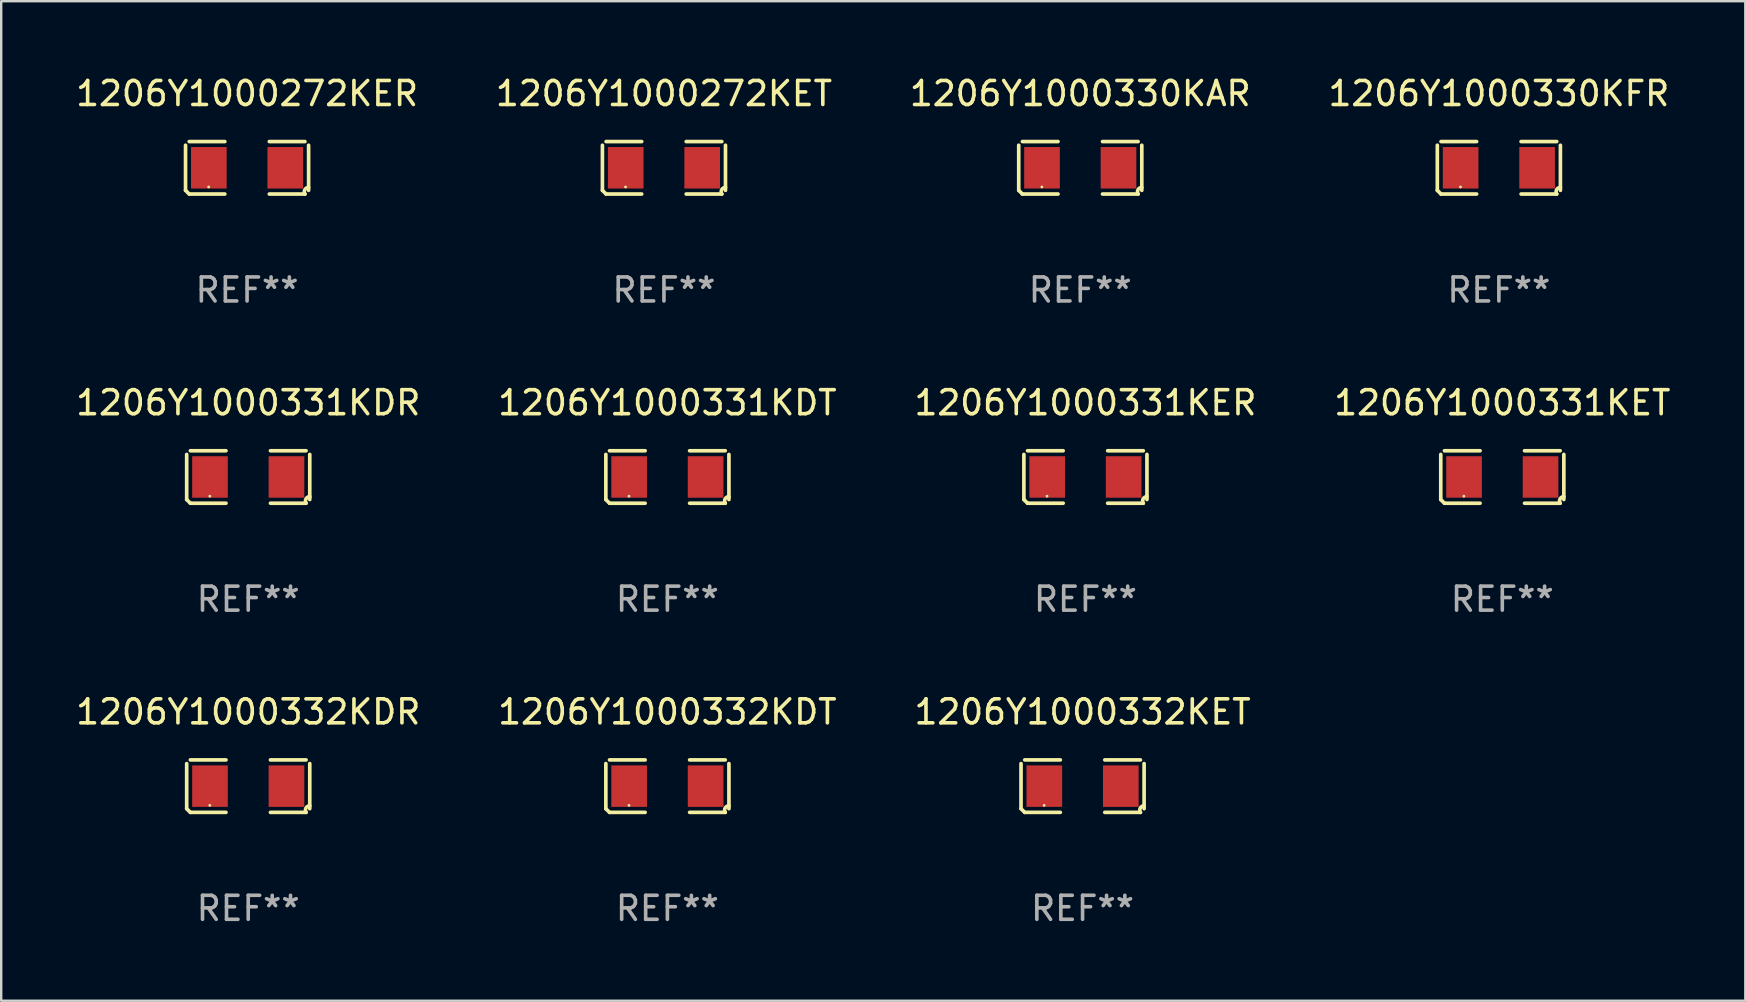
<source format=kicad_pcb>
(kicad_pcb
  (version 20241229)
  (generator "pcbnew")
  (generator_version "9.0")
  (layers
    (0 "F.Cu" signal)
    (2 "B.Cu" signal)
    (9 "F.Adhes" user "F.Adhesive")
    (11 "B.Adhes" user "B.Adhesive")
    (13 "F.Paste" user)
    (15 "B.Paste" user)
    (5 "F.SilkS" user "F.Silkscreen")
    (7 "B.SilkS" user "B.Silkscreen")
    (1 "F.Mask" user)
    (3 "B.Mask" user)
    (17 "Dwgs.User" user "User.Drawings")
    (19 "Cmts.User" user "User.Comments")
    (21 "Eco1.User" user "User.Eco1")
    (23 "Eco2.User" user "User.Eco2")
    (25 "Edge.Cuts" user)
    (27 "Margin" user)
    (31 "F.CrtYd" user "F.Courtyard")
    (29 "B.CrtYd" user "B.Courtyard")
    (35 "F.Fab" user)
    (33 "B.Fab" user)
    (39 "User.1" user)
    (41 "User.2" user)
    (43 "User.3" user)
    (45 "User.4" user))
  (footprint "1206Y1000331KDT"
    (layer "F.Cu")
    (at 24.756 16.823)
    (property "Reference" "1206Y1000331KDT" (at 0 -3.093 0) (layer "F.SilkS") (effects (font (size 1 1) (thickness 0.15))))
    (attr through_hole)
    (fp_line (start -2.564 0.94) (end -2.564 -0.94) (stroke (width 0.152) (type solid)) (layer "F.SilkS"))
    (fp_line (start -2.411 -1.093) (end -0.926 -1.093) (stroke (width 0.152) (type solid)) (layer "F.SilkS"))
    (fp_line (start -0.926 1.093) (end -2.411 1.093) (stroke (width 0.152) (type solid)) (layer "F.SilkS"))
    (fp_line (start 0.926 1.093) (end 2.411 1.093) (stroke (width 0.152) (type solid)) (layer "F.SilkS"))
    (fp_line (start 2.411 -1.093) (end 0.926 -1.093) (stroke (width 0.152) (type solid)) (layer "F.SilkS"))
    (fp_line (start 2.564 0.94) (end 2.564 -0.94) (stroke (width 0.152) (type solid)) (layer "F.SilkS"))
    (fp_arc (start -2.411201 1.092609) (mid -2.487413 1.01642) (end -2.563602 0.940208) (stroke (width 0.1524) (type solid)) (layer "F.SilkS"))
    (fp_arc (start 2.411201 1.092609) (mid 2.407159 0.911226) (end 2.563602 0.819347) (stroke (width 0.1524) (type solid)) (layer "F.SilkS"))
    (fp_circle (center -1.6 0.8) (end -1.57 0.8) (stroke (width 0.06) (type solid)) (fill no) (layer "F.SilkS"))
    (fp_text user "REF**" (at 0 5.093 0) (layer "F.Fab") (effects (font (size 1 1) (thickness 0.15))))
    (pad "1" smd rect (at -1.593 0) (size 1.485 1.728) (layers "F.Cu" "F.Mask" "F.Paste"))
    (pad "2" smd rect (at 1.593 0) (size 1.485 1.728) (layers "F.Cu" "F.Mask" "F.Paste")))
  (footprint "1206Y1000330KFR"
    (layer "F.Cu")
    (at 59.399 3.941)
    (property "Reference" "1206Y1000330KFR" (at 0 -3.093 0) (layer "F.SilkS") (effects (font (size 1 1) (thickness 0.15))))
    (attr through_hole)
    (fp_line (start -2.564 0.94) (end -2.564 -0.94) (stroke (width 0.152) (type solid)) (layer "F.SilkS"))
    (fp_line (start -2.411 -1.093) (end -0.926 -1.093) (stroke (width 0.152) (type solid)) (layer "F.SilkS"))
    (fp_line (start -0.926 1.093) (end -2.411 1.093) (stroke (width 0.152) (type solid)) (layer "F.SilkS"))
    (fp_line (start 0.926 1.093) (end 2.411 1.093) (stroke (width 0.152) (type solid)) (layer "F.SilkS"))
    (fp_line (start 2.411 -1.093) (end 0.926 -1.093) (stroke (width 0.152) (type solid)) (layer "F.SilkS"))
    (fp_line (start 2.564 0.94) (end 2.564 -0.94) (stroke (width 0.152) (type solid)) (layer "F.SilkS"))
    (fp_arc (start -2.411201 1.092609) (mid -2.487413 1.01642) (end -2.563602 0.940208) (stroke (width 0.1524) (type solid)) (layer "F.SilkS"))
    (fp_arc (start 2.411201 1.092609) (mid 2.407159 0.911226) (end 2.563602 0.819347) (stroke (width 0.1524) (type solid)) (layer "F.SilkS"))
    (fp_circle (center -1.6 0.8) (end -1.57 0.8) (stroke (width 0.06) (type solid)) (fill no) (layer "F.SilkS"))
    (fp_text user "REF**" (at 0 5.093 0) (layer "F.Fab") (effects (font (size 1 1) (thickness 0.15))))
    (pad "1" smd rect (at -1.593 0) (size 1.485 1.728) (layers "F.Cu" "F.Mask" "F.Paste"))
    (pad "2" smd rect (at 1.593 0) (size 1.485 1.728) (layers "F.Cu" "F.Mask" "F.Paste")))
  (footprint "1206Y1000332KDT"
    (layer "F.Cu")
    (at 24.756 29.704)
    (property "Reference" "1206Y1000332KDT" (at 0 -3.093 0) (layer "F.SilkS") (effects (font (size 1 1) (thickness 0.15))))
    (attr through_hole)
    (fp_line (start -2.564 0.94) (end -2.564 -0.94) (stroke (width 0.152) (type solid)) (layer "F.SilkS"))
    (fp_line (start -2.411 -1.093) (end -0.926 -1.093) (stroke (width 0.152) (type solid)) (layer "F.SilkS"))
    (fp_line (start -0.926 1.093) (end -2.411 1.093) (stroke (width 0.152) (type solid)) (layer "F.SilkS"))
    (fp_line (start 0.926 1.093) (end 2.411 1.093) (stroke (width 0.152) (type solid)) (layer "F.SilkS"))
    (fp_line (start 2.411 -1.093) (end 0.926 -1.093) (stroke (width 0.152) (type solid)) (layer "F.SilkS"))
    (fp_line (start 2.564 0.94) (end 2.564 -0.94) (stroke (width 0.152) (type solid)) (layer "F.SilkS"))
    (fp_arc (start -2.411201 1.092609) (mid -2.487413 1.01642) (end -2.563602 0.940208) (stroke (width 0.1524) (type solid)) (layer "F.SilkS"))
    (fp_arc (start 2.411201 1.092609) (mid 2.407159 0.911226) (end 2.563602 0.819347) (stroke (width 0.1524) (type solid)) (layer "F.SilkS"))
    (fp_circle (center -1.6 0.8) (end -1.57 0.8) (stroke (width 0.06) (type solid)) (fill no) (layer "F.SilkS"))
    (fp_text user "REF**" (at 0 5.093 0) (layer "F.Fab") (effects (font (size 1 1) (thickness 0.15))))
    (pad "1" smd rect (at -1.593 0) (size 1.485 1.728) (layers "F.Cu" "F.Mask" "F.Paste"))
    (pad "2" smd rect (at 1.593 0) (size 1.485 1.728) (layers "F.Cu" "F.Mask" "F.Paste")))
  (footprint "1206Y1000332KET"
    (layer "F.Cu")
    (at 42.054 29.704)
    (property "Reference" "1206Y1000332KET" (at 0 -3.093 0) (layer "F.SilkS") (effects (font (size 1 1) (thickness 0.15))))
    (attr through_hole)
    (fp_line (start -2.564 0.94) (end -2.564 -0.94) (stroke (width 0.152) (type solid)) (layer "F.SilkS"))
    (fp_line (start -2.411 -1.093) (end -0.926 -1.093) (stroke (width 0.152) (type solid)) (layer "F.SilkS"))
    (fp_line (start -0.926 1.093) (end -2.411 1.093) (stroke (width 0.152) (type solid)) (layer "F.SilkS"))
    (fp_line (start 0.926 1.093) (end 2.411 1.093) (stroke (width 0.152) (type solid)) (layer "F.SilkS"))
    (fp_line (start 2.411 -1.093) (end 0.926 -1.093) (stroke (width 0.152) (type solid)) (layer "F.SilkS"))
    (fp_line (start 2.564 0.94) (end 2.564 -0.94) (stroke (width 0.152) (type solid)) (layer "F.SilkS"))
    (fp_arc (start -2.411201 1.092609) (mid -2.487413 1.01642) (end -2.563602 0.940208) (stroke (width 0.1524) (type solid)) (layer "F.SilkS"))
    (fp_arc (start 2.411201 1.092609) (mid 2.407159 0.911226) (end 2.563602 0.819347) (stroke (width 0.1524) (type solid)) (layer "F.SilkS"))
    (fp_circle (center -1.6 0.8) (end -1.57 0.8) (stroke (width 0.06) (type solid)) (fill no) (layer "F.SilkS"))
    (fp_text user "REF**" (at 0 5.093 0) (layer "F.Fab") (effects (font (size 1 1) (thickness 0.15))))
    (pad "1" smd rect (at -1.593 0) (size 1.485 1.728) (layers "F.Cu" "F.Mask" "F.Paste"))
    (pad "2" smd rect (at 1.593 0) (size 1.485 1.728) (layers "F.Cu" "F.Mask" "F.Paste")))
  (footprint "1206Y1000331KET"
    (layer "F.Cu")
    (at 59.542 16.823)
    (property "Reference" "1206Y1000331KET" (at 0 -3.093 0) (layer "F.SilkS") (effects (font (size 1 1) (thickness 0.15))))
    (attr through_hole)
    (fp_line (start -2.564 0.94) (end -2.564 -0.94) (stroke (width 0.152) (type solid)) (layer "F.SilkS"))
    (fp_line (start -2.411 -1.093) (end -0.926 -1.093) (stroke (width 0.152) (type solid)) (layer "F.SilkS"))
    (fp_line (start -0.926 1.093) (end -2.411 1.093) (stroke (width 0.152) (type solid)) (layer "F.SilkS"))
    (fp_line (start 0.926 1.093) (end 2.411 1.093) (stroke (width 0.152) (type solid)) (layer "F.SilkS"))
    (fp_line (start 2.411 -1.093) (end 0.926 -1.093) (stroke (width 0.152) (type solid)) (layer "F.SilkS"))
    (fp_line (start 2.564 0.94) (end 2.564 -0.94) (stroke (width 0.152) (type solid)) (layer "F.SilkS"))
    (fp_arc (start -2.411201 1.092609) (mid -2.487413 1.01642) (end -2.563602 0.940208) (stroke (width 0.1524) (type solid)) (layer "F.SilkS"))
    (fp_arc (start 2.411201 1.092609) (mid 2.407159 0.911226) (end 2.563602 0.819347) (stroke (width 0.1524) (type solid)) (layer "F.SilkS"))
    (fp_circle (center -1.6 0.8) (end -1.57 0.8) (stroke (width 0.06) (type solid)) (fill no) (layer "F.SilkS"))
    (fp_text user "REF**" (at 0 5.093 0) (layer "F.Fab") (effects (font (size 1 1) (thickness 0.15))))
    (pad "1" smd rect (at -1.593 0) (size 1.485 1.728) (layers "F.Cu" "F.Mask" "F.Paste"))
    (pad "2" smd rect (at 1.593 0) (size 1.485 1.728) (layers "F.Cu" "F.Mask" "F.Paste")))
  (footprint "1206Y1000331KER"
    (layer "F.Cu")
    (at 42.173 16.823)
    (property "Reference" "1206Y1000331KER" (at 0 -3.093 0) (layer "F.SilkS") (effects (font (size 1 1) (thickness 0.15))))
    (attr through_hole)
    (fp_line (start -2.564 0.94) (end -2.564 -0.94) (stroke (width 0.152) (type solid)) (layer "F.SilkS"))
    (fp_line (start -2.411 -1.093) (end -0.926 -1.093) (stroke (width 0.152) (type solid)) (layer "F.SilkS"))
    (fp_line (start -0.926 1.093) (end -2.411 1.093) (stroke (width 0.152) (type solid)) (layer "F.SilkS"))
    (fp_line (start 0.926 1.093) (end 2.411 1.093) (stroke (width 0.152) (type solid)) (layer "F.SilkS"))
    (fp_line (start 2.411 -1.093) (end 0.926 -1.093) (stroke (width 0.152) (type solid)) (layer "F.SilkS"))
    (fp_line (start 2.564 0.94) (end 2.564 -0.94) (stroke (width 0.152) (type solid)) (layer "F.SilkS"))
    (fp_arc (start -2.411201 1.092609) (mid -2.487413 1.01642) (end -2.563602 0.940208) (stroke (width 0.1524) (type solid)) (layer "F.SilkS"))
    (fp_arc (start 2.411201 1.092609) (mid 2.407159 0.911226) (end 2.563602 0.819347) (stroke (width 0.1524) (type solid)) (layer "F.SilkS"))
    (fp_circle (center -1.6 0.8) (end -1.57 0.8) (stroke (width 0.06) (type solid)) (fill no) (layer "F.SilkS"))
    (fp_text user "REF**" (at 0 5.093 0) (layer "F.Fab") (effects (font (size 1 1) (thickness 0.15))))
    (pad "1" smd rect (at -1.593 0) (size 1.485 1.728) (layers "F.Cu" "F.Mask" "F.Paste"))
    (pad "2" smd rect (at 1.593 0) (size 1.485 1.728) (layers "F.Cu" "F.Mask" "F.Paste")))
  (footprint "1206Y1000272KER"
    (layer "F.Cu")
    (at 7.244 3.941)
    (property "Reference" "1206Y1000272KER" (at 0 -3.093 0) (layer "F.SilkS") (effects (font (size 1 1) (thickness 0.15))))
    (attr through_hole)
    (fp_line (start -2.564 0.94) (end -2.564 -0.94) (stroke (width 0.152) (type solid)) (layer "F.SilkS"))
    (fp_line (start -2.411 -1.093) (end -0.926 -1.093) (stroke (width 0.152) (type solid)) (layer "F.SilkS"))
    (fp_line (start -0.926 1.093) (end -2.411 1.093) (stroke (width 0.152) (type solid)) (layer "F.SilkS"))
    (fp_line (start 0.926 1.093) (end 2.411 1.093) (stroke (width 0.152) (type solid)) (layer "F.SilkS"))
    (fp_line (start 2.411 -1.093) (end 0.926 -1.093) (stroke (width 0.152) (type solid)) (layer "F.SilkS"))
    (fp_line (start 2.564 0.94) (end 2.564 -0.94) (stroke (width 0.152) (type solid)) (layer "F.SilkS"))
    (fp_arc (start -2.411201 1.092609) (mid -2.487413 1.01642) (end -2.563602 0.940208) (stroke (width 0.1524) (type solid)) (layer "F.SilkS"))
    (fp_arc (start 2.411201 1.092609) (mid 2.407159 0.911226) (end 2.563602 0.819347) (stroke (width 0.1524) (type solid)) (layer "F.SilkS"))
    (fp_circle (center -1.6 0.8) (end -1.57 0.8) (stroke (width 0.06) (type solid)) (fill no) (layer "F.SilkS"))
    (fp_text user "REF**" (at 0 5.093 0) (layer "F.Fab") (effects (font (size 1 1) (thickness 0.15))))
    (pad "1" smd rect (at -1.593 0) (size 1.485 1.728) (layers "F.Cu" "F.Mask" "F.Paste"))
    (pad "2" smd rect (at 1.593 0) (size 1.485 1.728) (layers "F.Cu" "F.Mask" "F.Paste")))
  (footprint "1206Y1000332KDR"
    (layer "F.Cu")
    (at 7.292 29.704)
    (property "Reference" "1206Y1000332KDR" (at 0 -3.093 0) (layer "F.SilkS") (effects (font (size 1 1) (thickness 0.15))))
    (attr through_hole)
    (fp_line (start -2.564 0.94) (end -2.564 -0.94) (stroke (width 0.152) (type solid)) (layer "F.SilkS"))
    (fp_line (start -2.411 -1.093) (end -0.926 -1.093) (stroke (width 0.152) (type solid)) (layer "F.SilkS"))
    (fp_line (start -0.926 1.093) (end -2.411 1.093) (stroke (width 0.152) (type solid)) (layer "F.SilkS"))
    (fp_line (start 0.926 1.093) (end 2.411 1.093) (stroke (width 0.152) (type solid)) (layer "F.SilkS"))
    (fp_line (start 2.411 -1.093) (end 0.926 -1.093) (stroke (width 0.152) (type solid)) (layer "F.SilkS"))
    (fp_line (start 2.564 0.94) (end 2.564 -0.94) (stroke (width 0.152) (type solid)) (layer "F.SilkS"))
    (fp_arc (start -2.411201 1.092609) (mid -2.487413 1.01642) (end -2.563602 0.940208) (stroke (width 0.1524) (type solid)) (layer "F.SilkS"))
    (fp_arc (start 2.411201 1.092609) (mid 2.407159 0.911226) (end 2.563602 0.819347) (stroke (width 0.1524) (type solid)) (layer "F.SilkS"))
    (fp_circle (center -1.6 0.8) (end -1.57 0.8) (stroke (width 0.06) (type solid)) (fill no) (layer "F.SilkS"))
    (fp_text user "REF**" (at 0 5.093 0) (layer "F.Fab") (effects (font (size 1 1) (thickness 0.15))))
    (pad "1" smd rect (at -1.593 0) (size 1.485 1.728) (layers "F.Cu" "F.Mask" "F.Paste"))
    (pad "2" smd rect (at 1.593 0) (size 1.485 1.728) (layers "F.Cu" "F.Mask" "F.Paste")))
  (footprint "1206Y1000272KET"
    (layer "F.Cu")
    (at 24.613 3.941)
    (property "Reference" "1206Y1000272KET" (at 0 -3.093 0) (layer "F.SilkS") (effects (font (size 1 1) (thickness 0.15))))
    (attr through_hole)
    (fp_line (start -2.564 0.94) (end -2.564 -0.94) (stroke (width 0.152) (type solid)) (layer "F.SilkS"))
    (fp_line (start -2.411 -1.093) (end -0.926 -1.093) (stroke (width 0.152) (type solid)) (layer "F.SilkS"))
    (fp_line (start -0.926 1.093) (end -2.411 1.093) (stroke (width 0.152) (type solid)) (layer "F.SilkS"))
    (fp_line (start 0.926 1.093) (end 2.411 1.093) (stroke (width 0.152) (type solid)) (layer "F.SilkS"))
    (fp_line (start 2.411 -1.093) (end 0.926 -1.093) (stroke (width 0.152) (type solid)) (layer "F.SilkS"))
    (fp_line (start 2.564 0.94) (end 2.564 -0.94) (stroke (width 0.152) (type solid)) (layer "F.SilkS"))
    (fp_arc (start -2.411201 1.092609) (mid -2.487413 1.01642) (end -2.563602 0.940208) (stroke (width 0.1524) (type solid)) (layer "F.SilkS"))
    (fp_arc (start 2.411201 1.092609) (mid 2.407159 0.911226) (end 2.563602 0.819347) (stroke (width 0.1524) (type solid)) (layer "F.SilkS"))
    (fp_circle (center -1.6 0.8) (end -1.57 0.8) (stroke (width 0.06) (type solid)) (fill no) (layer "F.SilkS"))
    (fp_text user "REF**" (at 0 5.093 0) (layer "F.Fab") (effects (font (size 1 1) (thickness 0.15))))
    (pad "1" smd rect (at -1.593 0) (size 1.485 1.728) (layers "F.Cu" "F.Mask" "F.Paste"))
    (pad "2" smd rect (at 1.593 0) (size 1.485 1.728) (layers "F.Cu" "F.Mask" "F.Paste")))
  (footprint "1206Y1000330KAR"
    (layer "F.Cu")
    (at 41.958 3.941)
    (property "Reference" "1206Y1000330KAR" (at 0 -3.093 0) (layer "F.SilkS") (effects (font (size 1 1) (thickness 0.15))))
    (attr through_hole)
    (fp_line (start -2.564 0.94) (end -2.564 -0.94) (stroke (width 0.152) (type solid)) (layer "F.SilkS"))
    (fp_line (start -2.411 -1.093) (end -0.926 -1.093) (stroke (width 0.152) (type solid)) (layer "F.SilkS"))
    (fp_line (start -0.926 1.093) (end -2.411 1.093) (stroke (width 0.152) (type solid)) (layer "F.SilkS"))
    (fp_line (start 0.926 1.093) (end 2.411 1.093) (stroke (width 0.152) (type solid)) (layer "F.SilkS"))
    (fp_line (start 2.411 -1.093) (end 0.926 -1.093) (stroke (width 0.152) (type solid)) (layer "F.SilkS"))
    (fp_line (start 2.564 0.94) (end 2.564 -0.94) (stroke (width 0.152) (type solid)) (layer "F.SilkS"))
    (fp_arc (start -2.411201 1.092609) (mid -2.487413 1.01642) (end -2.563602 0.940208) (stroke (width 0.1524) (type solid)) (layer "F.SilkS"))
    (fp_arc (start 2.411201 1.092609) (mid 2.407159 0.911226) (end 2.563602 0.819347) (stroke (width 0.1524) (type solid)) (layer "F.SilkS"))
    (fp_circle (center -1.6 0.8) (end -1.57 0.8) (stroke (width 0.06) (type solid)) (fill no) (layer "F.SilkS"))
    (fp_text user "REF**" (at 0 5.093 0) (layer "F.Fab") (effects (font (size 1 1) (thickness 0.15))))
    (pad "1" smd rect (at -1.593 0) (size 1.485 1.728) (layers "F.Cu" "F.Mask" "F.Paste"))
    (pad "2" smd rect (at 1.593 0) (size 1.485 1.728) (layers "F.Cu" "F.Mask" "F.Paste")))
  (footprint "1206Y1000331KDR"
    (layer "F.Cu")
    (at 7.292 16.823)
    (property "Reference" "1206Y1000331KDR" (at 0 -3.093 0) (layer "F.SilkS") (effects (font (size 1 1) (thickness 0.15))))
    (attr through_hole)
    (fp_line (start -2.564 0.94) (end -2.564 -0.94) (stroke (width 0.152) (type solid)) (layer "F.SilkS"))
    (fp_line (start -2.411 -1.093) (end -0.926 -1.093) (stroke (width 0.152) (type solid)) (layer "F.SilkS"))
    (fp_line (start -0.926 1.093) (end -2.411 1.093) (stroke (width 0.152) (type solid)) (layer "F.SilkS"))
    (fp_line (start 0.926 1.093) (end 2.411 1.093) (stroke (width 0.152) (type solid)) (layer "F.SilkS"))
    (fp_line (start 2.411 -1.093) (end 0.926 -1.093) (stroke (width 0.152) (type solid)) (layer "F.SilkS"))
    (fp_line (start 2.564 0.94) (end 2.564 -0.94) (stroke (width 0.152) (type solid)) (layer "F.SilkS"))
    (fp_arc (start -2.411201 1.092609) (mid -2.487413 1.01642) (end -2.563602 0.940208) (stroke (width 0.1524) (type solid)) (layer "F.SilkS"))
    (fp_arc (start 2.411201 1.092609) (mid 2.407159 0.911226) (end 2.563602 0.819347) (stroke (width 0.1524) (type solid)) (layer "F.SilkS"))
    (fp_circle (center -1.6 0.8) (end -1.57 0.8) (stroke (width 0.06) (type solid)) (fill no) (layer "F.SilkS"))
    (fp_text user "REF**" (at 0 5.093 0) (layer "F.Fab") (effects (font (size 1 1) (thickness 0.15))))
    (pad "1" smd rect (at -1.593 0) (size 1.485 1.728) (layers "F.Cu" "F.Mask" "F.Paste"))
    (pad "2" smd rect (at 1.593 0) (size 1.485 1.728) (layers "F.Cu" "F.Mask" "F.Paste")))
  (gr_rect
    (start -3 -3)
    (end 69.667 38.645)
    (stroke (width 0.1) (type default))
    (fill no)
    (layer "Edge.Cuts")))
</source>
